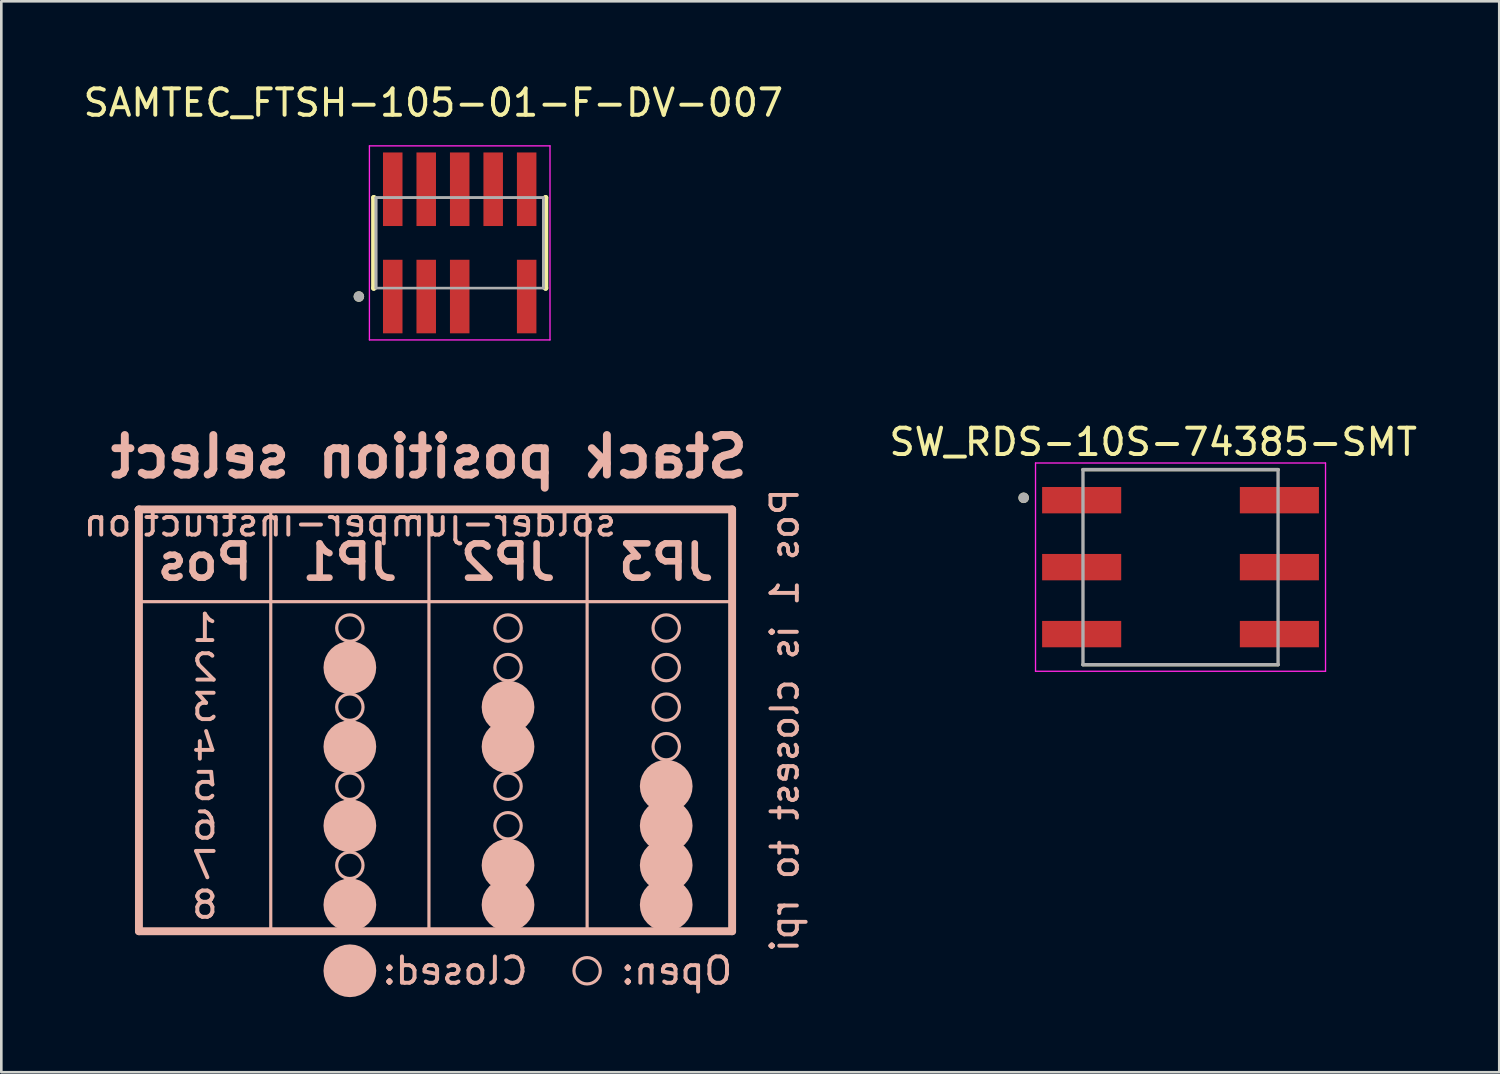
<source format=kicad_pcb>
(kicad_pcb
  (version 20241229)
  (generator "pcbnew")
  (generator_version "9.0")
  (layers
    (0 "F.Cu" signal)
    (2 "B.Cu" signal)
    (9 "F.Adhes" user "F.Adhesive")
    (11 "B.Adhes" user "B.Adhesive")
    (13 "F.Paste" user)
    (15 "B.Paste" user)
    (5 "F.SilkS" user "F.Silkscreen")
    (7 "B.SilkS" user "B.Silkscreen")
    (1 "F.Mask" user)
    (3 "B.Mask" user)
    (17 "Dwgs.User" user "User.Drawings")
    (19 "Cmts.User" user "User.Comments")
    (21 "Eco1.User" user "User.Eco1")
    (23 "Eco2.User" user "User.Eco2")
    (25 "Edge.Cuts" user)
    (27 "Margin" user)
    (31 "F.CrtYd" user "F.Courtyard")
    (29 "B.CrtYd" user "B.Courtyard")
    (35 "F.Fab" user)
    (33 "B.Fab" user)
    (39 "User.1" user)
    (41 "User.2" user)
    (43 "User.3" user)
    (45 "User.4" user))
  (footprint "SAMTEC_FTSH-105-01-F-DV-007"
    (layer "F.Cu")
    (at 14.387 6.163)
    (property "Reference" "SAMTEC_FTSH-105-01-F-DV-007" (at -1 -5.315 0) (layer "F.SilkS") (effects (font (size 1 1) (thickness 0.15))))
    (attr through_hole)
    (fp_line (start -3.26 -1.715) (end -3.26 -1.715) (stroke (width 0.2) (type solid)) (layer "F.SilkS"))
    (fp_line (start -3.26 1.715) (end -3.26 -1.715) (stroke (width 0.2) (type solid)) (layer "F.SilkS"))
    (fp_line (start -3.26 1.715) (end -3.26 1.715) (stroke (width 0.2) (type solid)) (layer "F.SilkS"))
    (fp_line (start 3.26 -1.715) (end 3.26 -1.715) (stroke (width 0.2) (type solid)) (layer "F.SilkS"))
    (fp_line (start 3.26 -1.715) (end 3.26 1.715) (stroke (width 0.2) (type solid)) (layer "F.SilkS"))
    (fp_line (start 3.26 1.715) (end 3.26 1.715) (stroke (width 0.2) (type solid)) (layer "F.SilkS"))
    (fp_circle (center -3.825 2.035) (end -3.725 2.035) (stroke (width 0.2) (type solid)) (fill no) (layer "F.SilkS"))
    (fp_line (start -3.425 -3.68) (end 3.425 -3.68) (stroke (width 0.05) (type solid)) (layer "F.CrtYd"))
    (fp_line (start -3.425 3.68) (end -3.425 -3.68) (stroke (width 0.05) (type solid)) (layer "F.CrtYd"))
    (fp_line (start 3.425 -3.68) (end 3.425 3.68) (stroke (width 0.05) (type solid)) (layer "F.CrtYd"))
    (fp_line (start 3.425 3.68) (end -3.425 3.68) (stroke (width 0.05) (type solid)) (layer "F.CrtYd"))
    (fp_line (start -3.175 -1.715) (end 3.175 -1.715) (stroke (width 0.1) (type solid)) (layer "F.Fab"))
    (fp_line (start -3.175 -1.715) (end 3.175 -1.715) (stroke (width 0.1) (type solid)) (layer "F.Fab"))
    (fp_line (start -3.175 1.715) (end -3.175 -1.715) (stroke (width 0.1) (type solid)) (layer "F.Fab"))
    (fp_line (start -3.175 1.715) (end -3.175 -1.715) (stroke (width 0.1) (type solid)) (layer "F.Fab"))
    (fp_line (start 3.175 -1.715) (end 3.175 1.715) (stroke (width 0.1) (type solid)) (layer "F.Fab"))
    (fp_line (start 3.175 -1.715) (end 3.175 1.715) (stroke (width 0.1) (type solid)) (layer "F.Fab"))
    (fp_line (start 3.175 1.715) (end -3.175 1.715) (stroke (width 0.1) (type solid)) (layer "F.Fab"))
    (fp_circle (center -3.825 2.035) (end -3.725 2.035) (stroke (width 0.2) (type solid)) (fill no) (layer "F.Fab"))
    (pad "01" smd rect (at -2.54 2.035) (size 0.74 2.79) (layers "F.Cu" "F.Mask" "F.Paste"))
    (pad "02" smd rect (at -2.54 -2.035) (size 0.74 2.79) (layers "F.Cu" "F.Mask" "F.Paste"))
    (pad "03" smd rect (at -1.27 2.035) (size 0.74 2.79) (layers "F.Cu" "F.Mask" "F.Paste"))
    (pad "04" smd rect (at -1.27 -2.035) (size 0.74 2.79) (layers "F.Cu" "F.Mask" "F.Paste"))
    (pad "05" smd rect (at 0 2.035) (size 0.74 2.79) (layers "F.Cu" "F.Mask" "F.Paste"))
    (pad "06" smd rect (at 0 -2.035) (size 0.74 2.79) (layers "F.Cu" "F.Mask" "F.Paste"))
    (pad "08" smd rect (at 1.27 -2.035) (size 0.74 2.79) (layers "F.Cu" "F.Mask" "F.Paste"))
    (pad "09" smd rect (at 2.54 2.035) (size 0.74 2.79) (layers "F.Cu" "F.Mask" "F.Paste"))
    (pad "10" smd rect (at 2.54 -2.035) (size 0.74 2.79) (layers "F.Cu" "F.Mask" "F.Paste")))
  (footprint "solder-jumper-instruction"
    (layer "F.Cu")
    (at 13.22 20.272)
    (property "Reference" "solder-jumper-instruction" (at -3 -3.5 180) (layer "B.SilkS") (effects (font (size 1 1) (thickness 0.15)) (justify mirror)))
    (attr through_hole)
    (fp_line (start -11 -4) (end -11 12) (stroke (width 0.3) (type solid)) (layer "B.SilkS"))
    (fp_line (start -11 -4) (end 11.5 -4) (stroke (width 0.3) (type solid)) (layer "B.SilkS"))
    (fp_line (start -11 -0.5) (end 11.5 -0.5) (stroke (width 0.12) (type solid)) (layer "B.SilkS"))
    (fp_line (start -6 -4) (end -6 12) (stroke (width 0.12) (type solid)) (layer "B.SilkS"))
    (fp_line (start 0 -4) (end 0 12) (stroke (width 0.12) (type solid)) (layer "B.SilkS"))
    (fp_line (start 6 -4) (end 6 12) (stroke (width 0.12) (type solid)) (layer "B.SilkS"))
    (fp_line (start 11.5 -4) (end 11.5 12) (stroke (width 0.3) (type solid)) (layer "B.SilkS"))
    (fp_line (start 11.5 12) (end -11 12) (stroke (width 0.3) (type solid)) (layer "B.SilkS"))
    (fp_circle (center -3 0.5) (end -3.5 0.5) (stroke (width 0.12) (type solid)) (fill no) (layer "B.SilkS"))
    (fp_circle (center -3 2) (end -3.5 2) (stroke (width 0.12) (type solid)) (fill no) (layer "B.SilkS"))
    (fp_circle (center -3 2) (end -3 2) (stroke (width 1) (type solid)) (fill no) (layer "B.SilkS"))
    (fp_circle (center -3 3.5) (end -3.5 3.5) (stroke (width 0.12) (type solid)) (fill no) (layer "B.SilkS"))
    (fp_circle (center -3 5) (end -3.5 5) (stroke (width 0.12) (type solid)) (fill no) (layer "B.SilkS"))
    (fp_circle (center -3 5) (end -3 5) (stroke (width 1) (type solid)) (fill no) (layer "B.SilkS"))
    (fp_circle (center -3 6.5) (end -3.5 6.5) (stroke (width 0.12) (type solid)) (fill no) (layer "B.SilkS"))
    (fp_circle (center -3 8) (end -3.5 8) (stroke (width 0.12) (type solid)) (fill no) (layer "B.SilkS"))
    (fp_circle (center -3 8) (end -3 8) (stroke (width 1) (type solid)) (fill no) (layer "B.SilkS"))
    (fp_circle (center -3 9.5) (end -3.5 9.5) (stroke (width 0.12) (type solid)) (fill no) (layer "B.SilkS"))
    (fp_circle (center -3 11) (end -3.5 11) (stroke (width 0.12) (type solid)) (fill no) (layer "B.SilkS"))
    (fp_circle (center -3 11) (end -3 11) (stroke (width 1) (type solid)) (fill no) (layer "B.SilkS"))
    (fp_circle (center -3 13.5) (end -3.5 13.5) (stroke (width 0.12) (type solid)) (fill no) (layer "B.SilkS"))
    (fp_circle (center -3 13.5) (end -3 13.5) (stroke (width 1) (type solid)) (fill no) (layer "B.SilkS"))
    (fp_circle (center 3 0.5) (end 2.5 0.5) (stroke (width 0.12) (type solid)) (fill no) (layer "B.SilkS"))
    (fp_circle (center 3 2) (end 2.5 2) (stroke (width 0.12) (type solid)) (fill no) (layer "B.SilkS"))
    (fp_circle (center 3 3.5) (end 2.5 3.5) (stroke (width 0.12) (type solid)) (fill no) (layer "B.SilkS"))
    (fp_circle (center 3 3.5) (end 3 3.5) (stroke (width 1) (type solid)) (fill no) (layer "B.SilkS"))
    (fp_circle (center 3 5) (end 2.5 5) (stroke (width 0.12) (type solid)) (fill no) (layer "B.SilkS"))
    (fp_circle (center 3 5) (end 3 5) (stroke (width 1) (type solid)) (fill no) (layer "B.SilkS"))
    (fp_circle (center 3 6.5) (end 2.5 6.5) (stroke (width 0.12) (type solid)) (fill no) (layer "B.SilkS"))
    (fp_circle (center 3 8) (end 2.5 8) (stroke (width 0.12) (type solid)) (fill no) (layer "B.SilkS"))
    (fp_circle (center 3 9.5) (end 2.5 9.5) (stroke (width 0.12) (type solid)) (fill no) (layer "B.SilkS"))
    (fp_circle (center 3 9.5) (end 3 9.5) (stroke (width 1) (type solid)) (fill no) (layer "B.SilkS"))
    (fp_circle (center 3 11) (end 2.5 11) (stroke (width 0.12) (type solid)) (fill no) (layer "B.SilkS"))
    (fp_circle (center 3 11) (end 3 11) (stroke (width 1) (type solid)) (fill no) (layer "B.SilkS"))
    (fp_circle (center 6 13.5) (end 5.5 13.5) (stroke (width 0.12) (type solid)) (fill no) (layer "B.SilkS"))
    (fp_circle (center 9 0.5) (end 8.5 0.5) (stroke (width 0.12) (type solid)) (fill no) (layer "B.SilkS"))
    (fp_circle (center 9 2) (end 8.5 2) (stroke (width 0.12) (type solid)) (fill no) (layer "B.SilkS"))
    (fp_circle (center 9 3.5) (end 8.5 3.5) (stroke (width 0.12) (type solid)) (fill no) (layer "B.SilkS"))
    (fp_circle (center 9 5) (end 8.5 5) (stroke (width 0.12) (type solid)) (fill no) (layer "B.SilkS"))
    (fp_circle (center 9 6.5) (end 8.5 6.5) (stroke (width 0.12) (type solid)) (fill no) (layer "B.SilkS"))
    (fp_circle (center 9 6.5) (end 9 6.5) (stroke (width 1) (type solid)) (fill no) (layer "B.SilkS"))
    (fp_circle (center 9 8) (end 8.5 8) (stroke (width 0.12) (type solid)) (fill no) (layer "B.SilkS"))
    (fp_circle (center 9 8) (end 9 8) (stroke (width 1) (type solid)) (fill no) (layer "B.SilkS"))
    (fp_circle (center 9 9.5) (end 8.5 9.5) (stroke (width 0.12) (type solid)) (fill no) (layer "B.SilkS"))
    (fp_circle (center 9 9.5) (end 9 9.5) (stroke (width 1) (type solid)) (fill no) (layer "B.SilkS"))
    (fp_circle (center 9 11) (end 8.5 11) (stroke (width 0.12) (type solid)) (fill no) (layer "B.SilkS"))
    (fp_circle (center 9 11) (end 9 11) (stroke (width 1) (type solid)) (fill no) (layer "B.SilkS"))
    (fp_text user "6" (at -8.5 8 180) (layer "B.SilkS") (effects (font (size 1 1) (thickness 0.15)) (justify mirror)))
    (fp_text user "1" (at -8.5 0.5 180) (layer "B.SilkS") (effects (font (size 1 1) (thickness 0.15)) (justify mirror)))
    (fp_text user "Open:" (at 9.4 13.5 180) (layer "B.SilkS") (effects (font (size 1 1) (thickness 0.15)) (justify mirror)))
    (fp_text user "JP1" (at -3 -2 180) (layer "B.SilkS") (effects (font (size 1.3 1.3) (thickness 0.25)) (justify mirror)))
    (fp_text user "Pos" (at -8.5 -2 180) (layer "B.SilkS") (effects (font (size 1.3 1.3) (thickness 0.25)) (justify mirror)))
    (fp_text user "7" (at -8.5 9.5 180) (layer "B.SilkS") (effects (font (size 1 1) (thickness 0.15)) (justify mirror)))
    (fp_text user "5" (at -8.5 6.5 180) (layer "B.SilkS") (effects (font (size 1 1) (thickness 0.15)) (justify mirror)))
    (fp_text user "4" (at -8.5 5 180) (layer "B.SilkS") (effects (font (size 1 1) (thickness 0.15)) (justify mirror)))
    (fp_text user "3" (at -8.5 3.5 180) (layer "B.SilkS") (effects (font (size 1 1) (thickness 0.15)) (justify mirror)))
    (fp_text user "JP2" (at 3 -2 180) (layer "B.SilkS") (effects (font (size 1.3 1.3) (thickness 0.25)) (justify mirror)))
    (fp_text user "Closed:" (at 1 13.5 180) (layer "B.SilkS") (effects (font (size 1 1) (thickness 0.15)) (justify mirror)))
    (fp_text user "Pos 1 is closest to rpi" (at 13.5 4 90) (layer "B.SilkS") (effects (font (size 1 1) (thickness 0.15)) (justify mirror)))
    (fp_text user "8" (at -8.5 11 180) (layer "B.SilkS") (effects (font (size 1 1) (thickness 0.15)) (justify mirror)))
    (fp_text user "Stack position select" (at 0 -6 180) (layer "B.SilkS") (effects (font (size 1.5 1.5) (thickness 0.3)) (justify mirror)))
    (fp_text user "JP3" (at 9 -2 180) (layer "B.SilkS") (effects (font (size 1.3 1.3) (thickness 0.25)) (justify mirror)))
    (fp_text user "2" (at -8.5 2 180) (layer "B.SilkS") (effects (font (size 1 1) (thickness 0.15)) (justify mirror))))
  (footprint "SW_RDS-10S-74385-SMT"
    (layer "F.Cu")
    (at 41.728 18.462)
    (property "Reference" "SW_RDS-10S-74385-SMT" (at -1.035 -4.745 0) (layer "F.SilkS") (effects (font (size 1 1) (thickness 0.15))))
    (attr through_hole)
    (fp_line (start -3.7 3.7) (end 3.7 3.7) (stroke (width 0.127) (type solid)) (layer "F.SilkS"))
    (fp_line (start 3.7 -3.7) (end -3.7 -3.7) (stroke (width 0.127) (type solid)) (layer "F.SilkS"))
    (fp_circle (center -5.95 -2.63) (end -5.85 -2.63) (stroke (width 0.2) (type solid)) (fill no) (layer "F.SilkS"))
    (fp_line (start -5.5 -3.95) (end -5.5 3.95) (stroke (width 0.05) (type solid)) (layer "F.CrtYd"))
    (fp_line (start -5.5 3.95) (end 5.5 3.95) (stroke (width 0.05) (type solid)) (layer "F.CrtYd"))
    (fp_line (start 5.5 -3.95) (end -5.5 -3.95) (stroke (width 0.05) (type solid)) (layer "F.CrtYd"))
    (fp_line (start 5.5 3.95) (end 5.5 -3.95) (stroke (width 0.05) (type solid)) (layer "F.CrtYd"))
    (fp_line (start -3.7 -3.7) (end -3.7 3.7) (stroke (width 0.127) (type solid)) (layer "F.Fab"))
    (fp_line (start -3.7 3.7) (end 3.7 3.7) (stroke (width 0.127) (type solid)) (layer "F.Fab"))
    (fp_line (start 3.7 -3.7) (end -3.7 -3.7) (stroke (width 0.127) (type solid)) (layer "F.Fab"))
    (fp_line (start 3.7 3.7) (end 3.7 -3.7) (stroke (width 0.127) (type solid)) (layer "F.Fab"))
    (fp_circle (center -5.95 -2.63) (end -5.85 -2.63) (stroke (width 0.2) (type solid)) (fill no) (layer "F.Fab"))
    (pad "1" smd rect (at -3.75 -2.54) (size 3 1) (layers "F.Cu" "F.Mask" "F.Paste"))
    (pad "2" smd rect (at 3.75 2.54) (size 3 1) (layers "F.Cu" "F.Mask" "F.Paste"))
    (pad "4" smd rect (at -3.75 2.54) (size 3 1) (layers "F.Cu" "F.Mask" "F.Paste"))
    (pad "8" smd rect (at 3.75 -2.54) (size 3 1) (layers "F.Cu" "F.Mask" "F.Paste"))
    (pad "C_1" smd rect (at -3.75 0) (size 3 1) (layers "F.Cu" "F.Mask" "F.Paste"))
    (pad "C_2" smd rect (at 3.75 0) (size 3 1) (layers "F.Cu" "F.Mask" "F.Paste")))
  (gr_rect
    (start -3 -3)
    (end 53.818 37.62)
    (stroke (width 0.1) (type default))
    (fill no)
    (layer "Edge.Cuts")))
</source>
